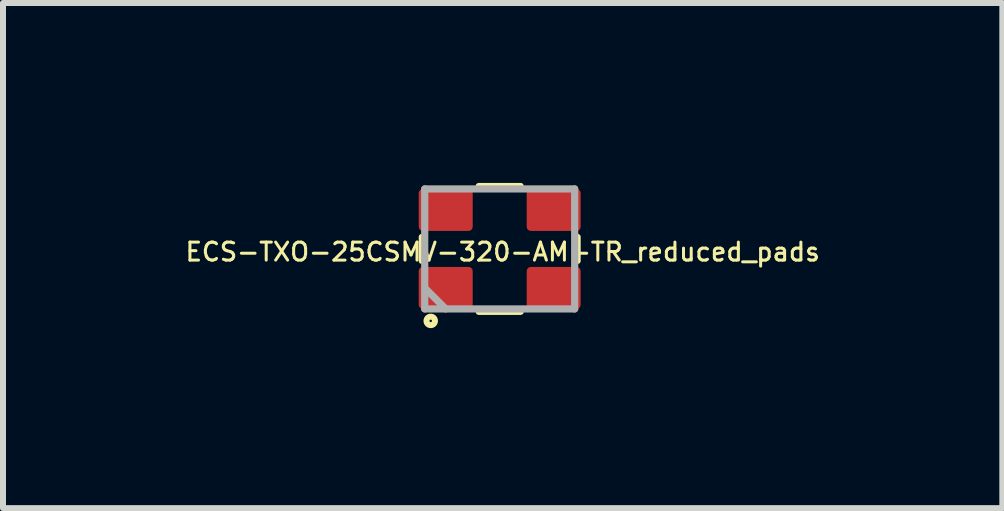
<source format=kicad_pcb>
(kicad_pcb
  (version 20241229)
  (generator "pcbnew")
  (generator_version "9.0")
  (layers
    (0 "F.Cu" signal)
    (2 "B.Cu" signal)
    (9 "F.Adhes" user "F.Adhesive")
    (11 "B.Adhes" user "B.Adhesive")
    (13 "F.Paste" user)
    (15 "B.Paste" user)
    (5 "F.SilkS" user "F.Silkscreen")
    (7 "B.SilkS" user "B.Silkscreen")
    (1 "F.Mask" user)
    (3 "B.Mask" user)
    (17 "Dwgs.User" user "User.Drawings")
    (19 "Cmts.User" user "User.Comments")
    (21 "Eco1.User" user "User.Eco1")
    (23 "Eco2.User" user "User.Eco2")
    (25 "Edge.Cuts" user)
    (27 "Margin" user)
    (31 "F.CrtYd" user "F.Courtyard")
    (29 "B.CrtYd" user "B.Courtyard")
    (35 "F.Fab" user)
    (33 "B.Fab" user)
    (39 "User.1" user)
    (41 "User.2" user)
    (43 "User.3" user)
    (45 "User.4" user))
  (footprint "ECS-TXO-25CSMV-320-AM-TR_reduced_pads"
    (layer "F.Cu")
    (at 5.281 1.1)
    (property "Reference" "ECS-TXO-25CSMV-320-AM-TR_reduced_pads" (at 0.05 0.05 0) (layer "F.SilkS") (effects (font (size 0.3 0.3) (thickness 0.05))))
    (attr through_hole)
    (fp_line (start -1.3 0.2) (end -1.3 -0.2) (stroke (width 0.1) (type solid)) (layer "F.SilkS"))
    (fp_line (start -0.35 1.05) (end 0.35 1.05) (stroke (width 0.1) (type solid)) (layer "F.SilkS"))
    (fp_line (start 0.35 -1.05) (end -0.35 -1.05) (stroke (width 0.1) (type solid)) (layer "F.SilkS"))
    (fp_line (start 1.3 -0.2) (end 1.3 0.2) (stroke (width 0.1) (type solid)) (layer "F.SilkS"))
    (fp_circle (center -1.15 1.2) (end -1.1 1.25) (stroke (width 0.1) (type solid)) (fill no) (layer "F.SilkS"))
    (fp_line (start -1.25 -1) (end 1.25 -1) (stroke (width 0.12) (type solid)) (layer "F.Fab"))
    (fp_line (start -1.25 0.65) (end -0.9 1) (stroke (width 0.12) (type solid)) (layer "F.Fab"))
    (fp_line (start -1.25 1) (end -1.25 -1) (stroke (width 0.12) (type solid)) (layer "F.Fab"))
    (fp_line (start 1.25 -1) (end 1.25 1) (stroke (width 0.12) (type solid)) (layer "F.Fab"))
    (fp_line (start 1.25 1) (end -1.25 1) (stroke (width 0.12) (type solid)) (layer "F.Fab"))
    (pad "1" smd roundrect (at -0.9 0.65) (size 0.9 0.7) (layers "F.Cu" "F.Mask" "F.Paste") (roundrect_rratio 0.1))
    (pad "2" smd roundrect (at 0.9 0.65) (size 0.9 0.7) (layers "F.Cu" "F.Mask" "F.Paste") (roundrect_rratio 0.1))
    (pad "3" smd roundrect (at 0.9 -0.65) (size 0.9 0.7) (layers "F.Cu" "F.Mask" "F.Paste") (roundrect_rratio 0.1))
    (pad "4" smd roundrect (at -0.9 -0.65) (size 0.9 0.7) (layers "F.Cu" "F.Mask" "F.Paste") (roundrect_rratio 0.1)))
  (gr_rect
    (start -3 -3)
    (end 13.661 5.421)
    (stroke (width 0.1) (type default))
    (fill no)
    (layer "Edge.Cuts")))
</source>
